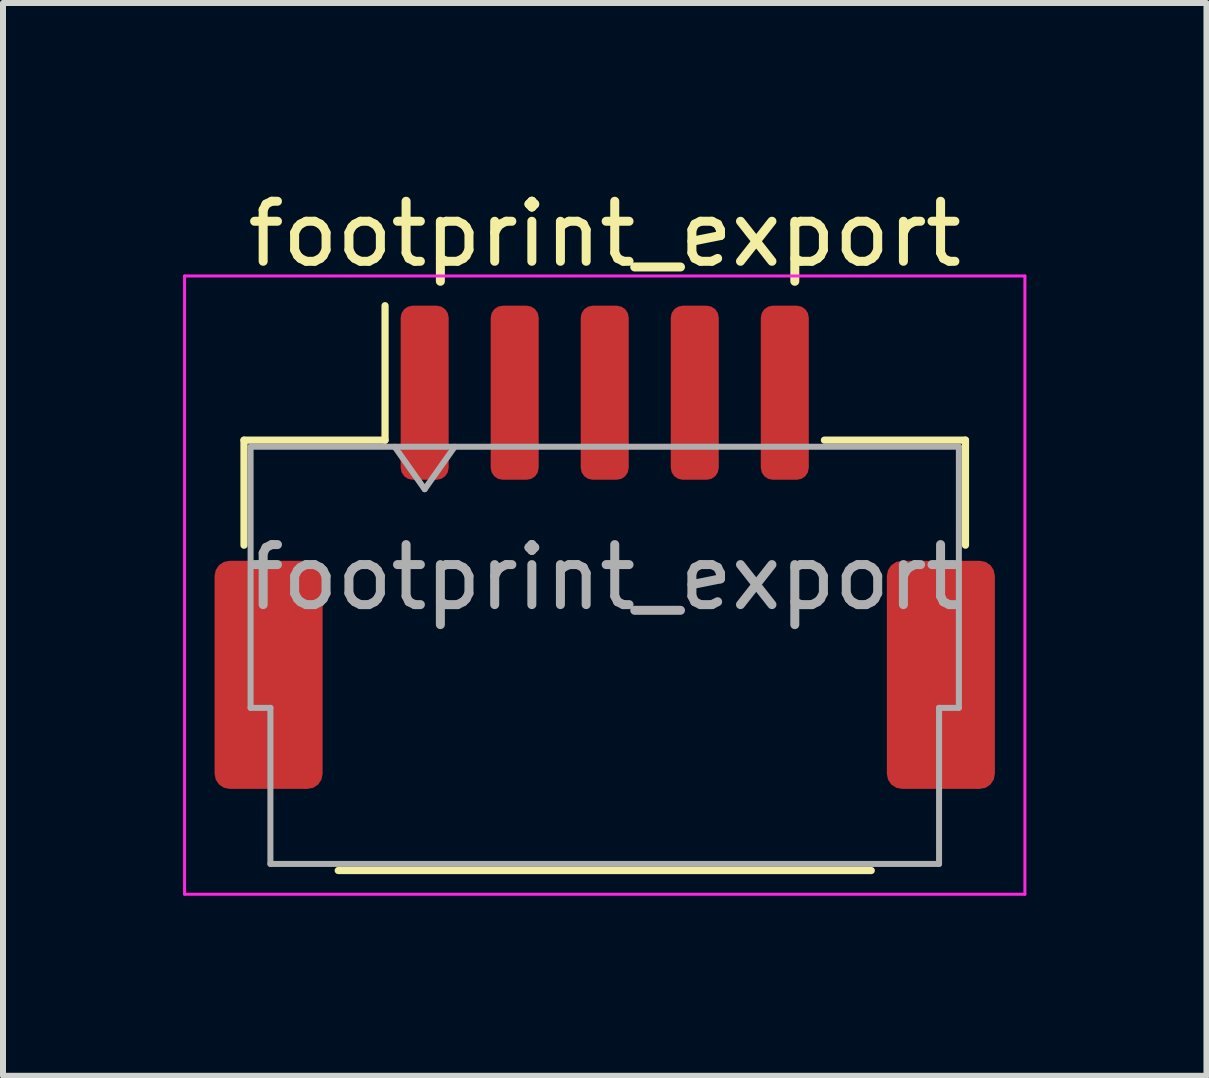
<source format=kicad_pcb>
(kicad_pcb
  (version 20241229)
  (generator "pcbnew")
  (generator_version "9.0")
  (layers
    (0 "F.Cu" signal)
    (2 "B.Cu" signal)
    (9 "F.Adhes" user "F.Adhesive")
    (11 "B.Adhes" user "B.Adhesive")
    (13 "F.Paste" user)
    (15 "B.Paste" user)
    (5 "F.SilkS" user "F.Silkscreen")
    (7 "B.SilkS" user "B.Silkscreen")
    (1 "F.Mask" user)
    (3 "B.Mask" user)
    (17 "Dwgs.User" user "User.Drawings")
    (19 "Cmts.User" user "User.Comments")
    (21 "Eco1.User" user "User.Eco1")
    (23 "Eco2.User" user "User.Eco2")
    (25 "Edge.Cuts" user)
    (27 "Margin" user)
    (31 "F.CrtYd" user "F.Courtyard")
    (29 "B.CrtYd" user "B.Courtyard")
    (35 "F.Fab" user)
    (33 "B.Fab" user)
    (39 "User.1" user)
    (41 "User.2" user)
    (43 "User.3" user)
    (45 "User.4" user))
  (footprint "footprint_export"
    (layer "F.Cu")
    (at 7.025 6.068)
    (property "Reference" "footprint_export" (at 0 -5.22 0) (layer "F.SilkS") (effects (font (size 1 1) (thickness 0.15))))
    (attr smd)
    (fp_line (start -6.01 -1.785) (end -3.66 -1.785) (stroke (width 0.12) (type solid)) (layer "F.SilkS"))
    (fp_line (start -6.01 -0.035) (end -6.01 -1.785) (stroke (width 0.12) (type solid)) (layer "F.SilkS"))
    (fp_line (start -4.44 5.385) (end 4.44 5.385) (stroke (width 0.12) (type solid)) (layer "F.SilkS"))
    (fp_line (start -3.66 -1.785) (end -3.66 -4.025) (stroke (width 0.12) (type solid)) (layer "F.SilkS"))
    (fp_line (start 6.01 -1.785) (end 3.66 -1.785) (stroke (width 0.12) (type solid)) (layer "F.SilkS"))
    (fp_line (start 6.01 -0.035) (end 6.01 -1.785) (stroke (width 0.12) (type solid)) (layer "F.SilkS"))
    (fp_line (start -7 -4.52) (end -7 5.78) (stroke (width 0.05) (type solid)) (layer "F.CrtYd"))
    (fp_line (start -7 5.78) (end 7 5.78) (stroke (width 0.05) (type solid)) (layer "F.CrtYd"))
    (fp_line (start 7 -4.52) (end -7 -4.52) (stroke (width 0.05) (type solid)) (layer "F.CrtYd"))
    (fp_line (start 7 5.78) (end 7 -4.52) (stroke (width 0.05) (type solid)) (layer "F.CrtYd"))
    (fp_line (start -5.9 -1.675) (end -5.9 2.675) (stroke (width 0.1) (type solid)) (layer "F.Fab"))
    (fp_line (start -5.9 -1.675) (end 5.9 -1.675) (stroke (width 0.1) (type solid)) (layer "F.Fab"))
    (fp_line (start -5.9 2.675) (end -5.57 2.675) (stroke (width 0.1) (type solid)) (layer "F.Fab"))
    (fp_line (start -5.57 2.675) (end -5.57 5.275) (stroke (width 0.1) (type solid)) (layer "F.Fab"))
    (fp_line (start -5.57 5.275) (end 5.57 5.275) (stroke (width 0.1) (type solid)) (layer "F.Fab"))
    (fp_line (start -3.5 -1.675) (end -3 -0.968) (stroke (width 0.1) (type solid)) (layer "F.Fab"))
    (fp_line (start -3 -0.968) (end -2.5 -1.675) (stroke (width 0.1) (type solid)) (layer "F.Fab"))
    (fp_line (start 5.57 2.675) (end 5.9 2.675) (stroke (width 0.1) (type solid)) (layer "F.Fab"))
    (fp_line (start 5.57 5.275) (end 5.57 2.675) (stroke (width 0.1) (type solid)) (layer "F.Fab"))
    (fp_line (start 5.9 -1.675) (end 5.9 2.675) (stroke (width 0.1) (type solid)) (layer "F.Fab"))
    (fp_text user "${REFERENCE}" (at 0 0.5 0) (layer "F.Fab") (effects (font (size 1 1) (thickness 0.15))))
    (pad "1" smd roundrect (at -3 -2.575) (size 0.8 2.9) (layers "F.Cu" "F.Mask" "F.Paste") (roundrect_rratio 0.25))
    (pad "2" smd roundrect (at -1.5 -2.575) (size 0.8 2.9) (layers "F.Cu" "F.Mask" "F.Paste") (roundrect_rratio 0.25))
    (pad "3" smd roundrect (at 0 -2.575) (size 0.8 2.9) (layers "F.Cu" "F.Mask" "F.Paste") (roundrect_rratio 0.25))
    (pad "4" smd roundrect (at 1.5 -2.575) (size 0.8 2.9) (layers "F.Cu" "F.Mask" "F.Paste") (roundrect_rratio 0.25))
    (pad "5" smd roundrect (at 3 -2.575) (size 0.8 2.9) (layers "F.Cu" "F.Mask" "F.Paste") (roundrect_rratio 0.25))
    (pad "MP" smd roundrect (at -5.6 2.125) (size 1.8 3.8) (layers "F.Cu" "F.Mask" "F.Paste") (roundrect_rratio 0.139))
    (pad "MP" smd roundrect (at 5.6 2.125) (size 1.8 3.8) (layers "F.Cu" "F.Mask" "F.Paste") (roundrect_rratio 0.139)))
  (gr_rect
    (start -3 -3)
    (end 17.05 14.873)
    (stroke (width 0.1) (type default))
    (fill no)
    (layer "Edge.Cuts")))
</source>
